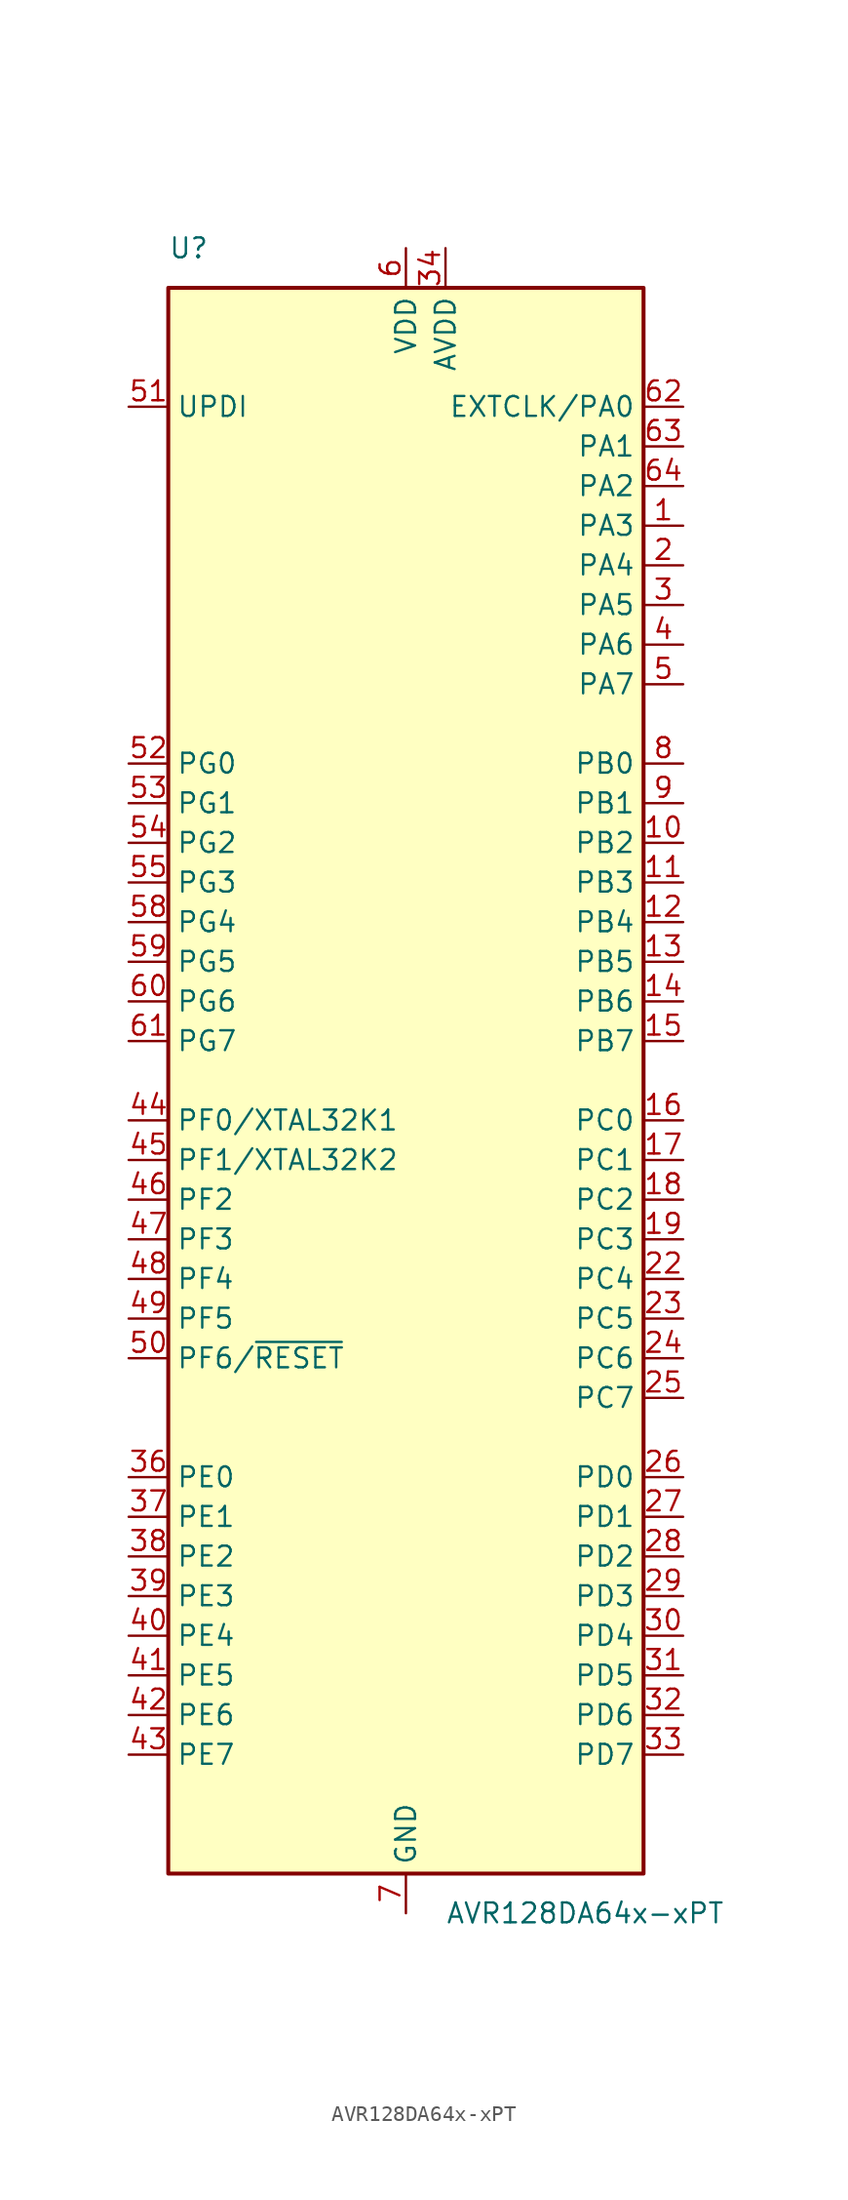
<source format=kicad_sym>
(kicad_symbol_lib
  (version 20201005)
  (generator kicad_symbol_editor)
  (symbol "MCU_Microchip_AVRDA:AVR128DA64x-xPT"
    (property "Reference" "U"
      (at -15.24 53.34 0)
      (effects (font (size 1.27 1.27)) (justify left)))
    (property "Value" "AVR128DA64x-xPT"
      (at 2.54 -53.34 0)
      (effects (font (size 1.27 1.27)) (justify left)))
    (symbol "AVR128DA64x-xPT_0_1"
      (rectangle (start -15.24 50.8) (end 15.24 -50.8) (stroke (width 0.254)) (fill (type background))))
    (symbol "AVR128DA64x-xPT_1_1"
      (pin bidirectional line (at 17.78 43.18 180) (length 2.54) (name "EXTCLK/PA0" (effects (font (size 1.27 1.27)))) (number "62" (effects (font (size 1.27 1.27)))))
      (pin bidirectional line (at 17.78 40.64 180) (length 2.54) (name "PA1" (effects (font (size 1.27 1.27)))) (number "63" (effects (font (size 1.27 1.27)))))
      (pin bidirectional line (at 17.78 38.1 180) (length 2.54) (name "PA2" (effects (font (size 1.27 1.27)))) (number "64" (effects (font (size 1.27 1.27)))))
      (pin bidirectional line (at 17.78 35.56 180) (length 2.54) (name "PA3" (effects (font (size 1.27 1.27)))) (number "1" (effects (font (size 1.27 1.27)))))
      (pin bidirectional line (at 17.78 33.02 180) (length 2.54) (name "PA4" (effects (font (size 1.27 1.27)))) (number "2" (effects (font (size 1.27 1.27)))))
      (pin bidirectional line (at 17.78 30.48 180) (length 2.54) (name "PA5" (effects (font (size 1.27 1.27)))) (number "3" (effects (font (size 1.27 1.27)))))
      (pin bidirectional line (at 17.78 27.94 180) (length 2.54) (name "PA6" (effects (font (size 1.27 1.27)))) (number "4" (effects (font (size 1.27 1.27)))))
      (pin bidirectional line (at 17.78 25.4 180) (length 2.54) (name "PA7" (effects (font (size 1.27 1.27)))) (number "5" (effects (font (size 1.27 1.27)))))
      (pin bidirectional line (at 17.78 -2.54 180) (length 2.54) (name "PC0" (effects (font (size 1.27 1.27)))) (number "16" (effects (font (size 1.27 1.27)))))
      (pin bidirectional line (at 17.78 -5.08 180) (length 2.54) (name "PC1" (effects (font (size 1.27 1.27)))) (number "17" (effects (font (size 1.27 1.27)))))
      (pin bidirectional line (at 17.78 -7.62 180) (length 2.54) (name "PC2" (effects (font (size 1.27 1.27)))) (number "18" (effects (font (size 1.27 1.27)))))
      (pin bidirectional line (at 17.78 -10.16 180) (length 2.54) (name "PC3" (effects (font (size 1.27 1.27)))) (number "19" (effects (font (size 1.27 1.27)))))
      (pin bidirectional line (at 17.78 -25.4 180) (length 2.54) (name "PD0" (effects (font (size 1.27 1.27)))) (number "26" (effects (font (size 1.27 1.27)))))
      (pin bidirectional line (at 17.78 -27.94 180) (length 2.54) (name "PD1" (effects (font (size 1.27 1.27)))) (number "27" (effects (font (size 1.27 1.27)))))
      (pin bidirectional line (at 17.78 -30.48 180) (length 2.54) (name "PD2" (effects (font (size 1.27 1.27)))) (number "28" (effects (font (size 1.27 1.27)))))
      (pin bidirectional line (at 17.78 -33.02 180) (length 2.54) (name "PD3" (effects (font (size 1.27 1.27)))) (number "29" (effects (font (size 1.27 1.27)))))
      (pin bidirectional line (at 17.78 -35.56 180) (length 2.54) (name "PD4" (effects (font (size 1.27 1.27)))) (number "30" (effects (font (size 1.27 1.27)))))
      (pin bidirectional line (at 17.78 -38.1 180) (length 2.54) (name "PD5" (effects (font (size 1.27 1.27)))) (number "31" (effects (font (size 1.27 1.27)))))
      (pin bidirectional line (at 17.78 -40.64 180) (length 2.54) (name "PD6" (effects (font (size 1.27 1.27)))) (number "32" (effects (font (size 1.27 1.27)))))
      (pin bidirectional line (at 17.78 -43.18 180) (length 2.54) (name "PD7" (effects (font (size 1.27 1.27)))) (number "33" (effects (font (size 1.27 1.27)))))
      (pin bidirectional line (at -17.78 -2.54 0) (length 2.54) (name "PF0/XTAL32K1" (effects (font (size 1.27 1.27)))) (number "44" (effects (font (size 1.27 1.27)))))
      (pin bidirectional line (at -17.78 -5.08 0) (length 2.54) (name "PF1/XTAL32K2" (effects (font (size 1.27 1.27)))) (number "45" (effects (font (size 1.27 1.27)))))
      (pin bidirectional line (at -17.78 -17.78 0) (length 2.54) (name "PF6/~RESET" (effects (font (size 1.27 1.27)))) (number "50" (effects (font (size 1.27 1.27)))))
      (pin bidirectional line (at -17.78 43.18 0) (length 2.54) (name "UPDI" (effects (font (size 1.27 1.27)))) (number "51" (effects (font (size 1.27 1.27)))))
      (pin power_in line (at 0 53.34 270) (length 2.54) (name "VDD" (effects (font (size 1.27 1.27)))) (number "6" (effects (font (size 1.27 1.27)))))
      (pin power_in line (at 2.54 53.34 270) (length 2.54) (name "AVDD" (effects (font (size 1.27 1.27)))) (number "34" (effects (font (size 1.27 1.27)))))
      (pin power_in line (at 0 -53.34 90) (length 2.54) (name "GND" (effects (font (size 1.27 1.27)))) (number "7" (effects (font (size 1.27 1.27)))))
      (pin passive line (at 0 -53.34 90) (length 2.54) hide (name "GND" (effects (font (size 1.27 1.27)))) (number "21" (effects (font (size 1.27 1.27)))))
      (pin bidirectional line (at -17.78 -7.62 0) (length 2.54) (name "PF2" (effects (font (size 1.27 1.27)))) (number "46" (effects (font (size 1.27 1.27)))))
      (pin bidirectional line (at -17.78 -10.16 0) (length 2.54) (name "PF3" (effects (font (size 1.27 1.27)))) (number "47" (effects (font (size 1.27 1.27)))))
      (pin bidirectional line (at -17.78 -12.7 0) (length 2.54) (name "PF4" (effects (font (size 1.27 1.27)))) (number "48" (effects (font (size 1.27 1.27)))))
      (pin bidirectional line (at -17.78 -15.24 0) (length 2.54) (name "PF5" (effects (font (size 1.27 1.27)))) (number "49" (effects (font (size 1.27 1.27)))))
      (pin bidirectional line (at 17.78 20.32 180) (length 2.54) (name "PB0" (effects (font (size 1.27 1.27)))) (number "8" (effects (font (size 1.27 1.27)))))
      (pin bidirectional line (at 17.78 17.78 180) (length 2.54) (name "PB1" (effects (font (size 1.27 1.27)))) (number "9" (effects (font (size 1.27 1.27)))))
      (pin bidirectional line (at 17.78 15.24 180) (length 2.54) (name "PB2" (effects (font (size 1.27 1.27)))) (number "10" (effects (font (size 1.27 1.27)))))
      (pin bidirectional line (at 17.78 12.7 180) (length 2.54) (name "PB3" (effects (font (size 1.27 1.27)))) (number "11" (effects (font (size 1.27 1.27)))))
      (pin bidirectional line (at 17.78 10.16 180) (length 2.54) (name "PB4" (effects (font (size 1.27 1.27)))) (number "12" (effects (font (size 1.27 1.27)))))
      (pin bidirectional line (at 17.78 7.62 180) (length 2.54) (name "PB5" (effects (font (size 1.27 1.27)))) (number "13" (effects (font (size 1.27 1.27)))))
      (pin bidirectional line (at 17.78 -12.7 180) (length 2.54) (name "PC4" (effects (font (size 1.27 1.27)))) (number "22" (effects (font (size 1.27 1.27)))))
      (pin bidirectional line (at 17.78 -15.24 180) (length 2.54) (name "PC5" (effects (font (size 1.27 1.27)))) (number "23" (effects (font (size 1.27 1.27)))))
      (pin bidirectional line (at 17.78 -17.78 180) (length 2.54) (name "PC6" (effects (font (size 1.27 1.27)))) (number "24" (effects (font (size 1.27 1.27)))))
      (pin bidirectional line (at 17.78 -20.32 180) (length 2.54) (name "PC7" (effects (font (size 1.27 1.27)))) (number "25" (effects (font (size 1.27 1.27)))))
      (pin bidirectional line (at -17.78 -25.4 0) (length 2.54) (name "PE0" (effects (font (size 1.27 1.27)))) (number "36" (effects (font (size 1.27 1.27)))))
      (pin bidirectional line (at -17.78 -27.94 0) (length 2.54) (name "PE1" (effects (font (size 1.27 1.27)))) (number "37" (effects (font (size 1.27 1.27)))))
      (pin bidirectional line (at -17.78 -30.48 0) (length 2.54) (name "PE2" (effects (font (size 1.27 1.27)))) (number "38" (effects (font (size 1.27 1.27)))))
      (pin bidirectional line (at -17.78 -33.02 0) (length 2.54) (name "PE3" (effects (font (size 1.27 1.27)))) (number "39" (effects (font (size 1.27 1.27)))))
      (pin passive line (at 0 53.34 270) (length 2.54) hide (name "VDD" (effects (font (size 1.27 1.27)))) (number "20" (effects (font (size 1.27 1.27)))))
      (pin passive line (at 0 -53.34 90) (length 2.54) hide (name "GND" (effects (font (size 1.27 1.27)))) (number "57" (effects (font (size 1.27 1.27)))))
      (pin passive line (at 0 -53.34 90) (length 2.54) hide (name "GND" (effects (font (size 1.27 1.27)))) (number "35" (effects (font (size 1.27 1.27)))))
      (pin bidirectional line (at 17.78 5.08 180) (length 2.54) (name "PB6" (effects (font (size 1.27 1.27)))) (number "14" (effects (font (size 1.27 1.27)))))
      (pin bidirectional line (at 17.78 2.54 180) (length 2.54) (name "PB7" (effects (font (size 1.27 1.27)))) (number "15" (effects (font (size 1.27 1.27)))))
      (pin bidirectional line (at -17.78 -35.56 0) (length 2.54) (name "PE4" (effects (font (size 1.27 1.27)))) (number "40" (effects (font (size 1.27 1.27)))))
      (pin bidirectional line (at -17.78 -38.1 0) (length 2.54) (name "PE5" (effects (font (size 1.27 1.27)))) (number "41" (effects (font (size 1.27 1.27)))))
      (pin bidirectional line (at -17.78 -40.64 0) (length 2.54) (name "PE6" (effects (font (size 1.27 1.27)))) (number "42" (effects (font (size 1.27 1.27)))))
      (pin bidirectional line (at -17.78 -43.18 0) (length 2.54) (name "PE7" (effects (font (size 1.27 1.27)))) (number "43" (effects (font (size 1.27 1.27)))))
      (pin bidirectional line (at -17.78 20.32 0) (length 2.54) (name "PG0" (effects (font (size 1.27 1.27)))) (number "52" (effects (font (size 1.27 1.27)))))
      (pin bidirectional line (at -17.78 17.78 0) (length 2.54) (name "PG1" (effects (font (size 1.27 1.27)))) (number "53" (effects (font (size 1.27 1.27)))))
      (pin bidirectional line (at -17.78 15.24 0) (length 2.54) (name "PG2" (effects (font (size 1.27 1.27)))) (number "54" (effects (font (size 1.27 1.27)))))
      (pin bidirectional line (at -17.78 12.7 0) (length 2.54) (name "PG3" (effects (font (size 1.27 1.27)))) (number "55" (effects (font (size 1.27 1.27)))))
      (pin bidirectional line (at -17.78 10.16 0) (length 2.54) (name "PG4" (effects (font (size 1.27 1.27)))) (number "58" (effects (font (size 1.27 1.27)))))
      (pin bidirectional line (at -17.78 7.62 0) (length 2.54) (name "PG5" (effects (font (size 1.27 1.27)))) (number "59" (effects (font (size 1.27 1.27)))))
      (pin bidirectional line (at -17.78 5.08 0) (length 2.54) (name "PG6" (effects (font (size 1.27 1.27)))) (number "60" (effects (font (size 1.27 1.27)))))
      (pin bidirectional line (at -17.78 2.54 0) (length 2.54) (name "PG7" (effects (font (size 1.27 1.27)))) (number "61" (effects (font (size 1.27 1.27)))))
      (pin passive line (at 0 53.34 270) (length 2.54) hide (name "VDD" (effects (font (size 1.27 1.27)))) (number "56" (effects (font (size 1.27 1.27))))))))
</source>
